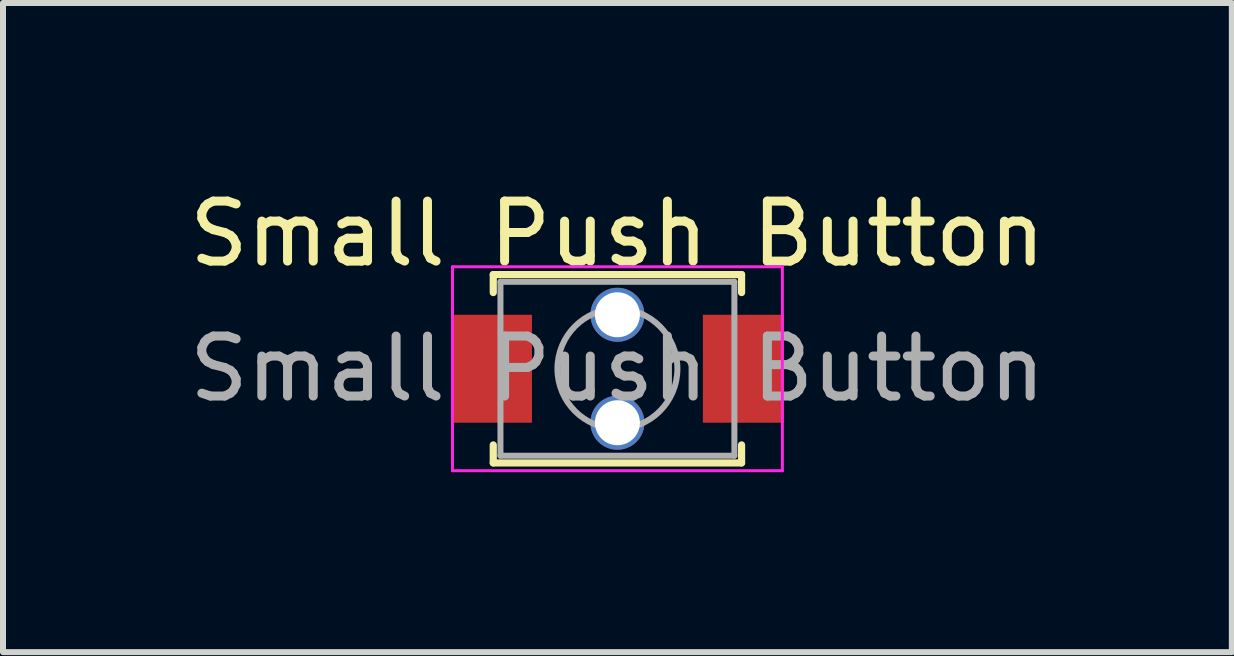
<source format=kicad_pcb>
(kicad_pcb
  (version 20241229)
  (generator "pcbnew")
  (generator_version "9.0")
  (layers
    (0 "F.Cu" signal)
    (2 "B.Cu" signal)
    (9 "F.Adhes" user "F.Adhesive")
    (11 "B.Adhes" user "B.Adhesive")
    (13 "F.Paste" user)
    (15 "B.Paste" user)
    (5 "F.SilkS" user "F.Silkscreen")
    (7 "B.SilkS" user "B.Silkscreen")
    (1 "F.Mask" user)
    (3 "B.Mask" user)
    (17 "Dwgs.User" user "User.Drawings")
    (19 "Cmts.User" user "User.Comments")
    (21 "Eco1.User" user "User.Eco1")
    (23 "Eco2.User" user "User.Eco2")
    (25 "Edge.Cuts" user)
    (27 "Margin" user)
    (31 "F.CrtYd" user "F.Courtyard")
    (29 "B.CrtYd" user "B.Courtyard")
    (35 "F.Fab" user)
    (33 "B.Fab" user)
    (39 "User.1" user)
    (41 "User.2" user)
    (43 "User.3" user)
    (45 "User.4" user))
  (footprint "Small Push Button"
    (layer "F.Cu")
    (at 7.244 3.098)
    (property "Reference" "Small Push Button" (at 0 -2.25 0) (layer "F.SilkS") (effects (font (size 1 1) (thickness 0.15))))
    (attr smd)
    (fp_line (start -2.07 -1.57) (end 2.07 -1.57) (stroke (width 0.12) (type solid)) (layer "F.SilkS"))
    (fp_line (start -2.07 -1.27) (end -2.07 -1.57) (stroke (width 0.12) (type solid)) (layer "F.SilkS"))
    (fp_line (start -2.07 1.57) (end -2.07 1.27) (stroke (width 0.12) (type solid)) (layer "F.SilkS"))
    (fp_line (start 2.07 -1.57) (end 2.07 -1.27) (stroke (width 0.12) (type solid)) (layer "F.SilkS"))
    (fp_line (start 2.07 1.27) (end 2.07 1.57) (stroke (width 0.12) (type solid)) (layer "F.SilkS"))
    (fp_line (start 2.07 1.57) (end -2.07 1.57) (stroke (width 0.12) (type solid)) (layer "F.SilkS"))
    (fp_line (start -2.75 -1.7) (end 2.75 -1.7) (stroke (width 0.05) (type solid)) (layer "F.CrtYd"))
    (fp_line (start -2.75 1.7) (end -2.75 -1.7) (stroke (width 0.05) (type solid)) (layer "F.CrtYd"))
    (fp_line (start 2.75 -1.7) (end 2.75 1.7) (stroke (width 0.05) (type solid)) (layer "F.CrtYd"))
    (fp_line (start 2.75 1.7) (end -2.75 1.7) (stroke (width 0.05) (type solid)) (layer "F.CrtYd"))
    (fp_line (start -1.95 -1.45) (end 1.95 -1.45) (stroke (width 0.1) (type solid)) (layer "F.Fab"))
    (fp_line (start -1.95 1.45) (end -1.95 -1.45) (stroke (width 0.1) (type solid)) (layer "F.Fab"))
    (fp_line (start 1.95 -1.45) (end 1.95 1.45) (stroke (width 0.1) (type solid)) (layer "F.Fab"))
    (fp_line (start 1.95 1.45) (end -1.95 1.45) (stroke (width 0.1) (type solid)) (layer "F.Fab"))
    (fp_circle (center 0 0) (end 1 0) (stroke (width 0.1) (type solid)) (fill no) (layer "F.Fab"))
    (fp_text user "${REFERENCE}" (at 0 0 0) (layer "F.Fab") (effects (font (size 1 1) (thickness 0.15))))
    (pad "" thru_hole circle (at 0 -0.9) (size 0.9 0.9) (drill 0.75) (layers "*.Cu" "*.Mask"))
    (pad "" thru_hole circle (at 0 0.9) (size 0.9 0.9) (drill 0.75) (layers "*.Cu" "*.Mask"))
    (pad "1" smd rect (at -2.1 0) (size 1.35 1.8) (layers "F.Cu" "F.Mask" "F.Paste"))
    (pad "2" smd rect (at 2.1 0) (size 1.35 1.8) (layers "F.Cu" "F.Mask" "F.Paste")))
  (gr_rect
    (start -3 -3)
    (end 17.488 7.823)
    (stroke (width 0.1) (type default))
    (fill no)
    (layer "Edge.Cuts")))
</source>
